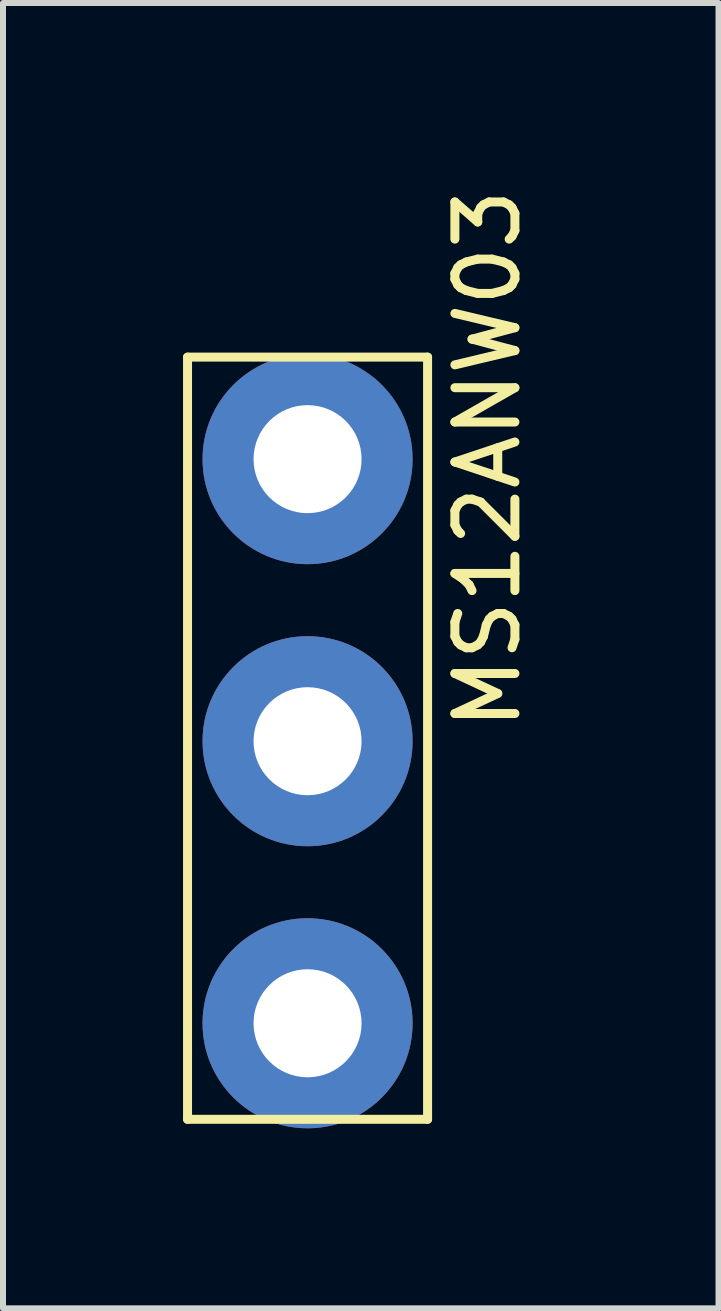
<source format=kicad_pcb>
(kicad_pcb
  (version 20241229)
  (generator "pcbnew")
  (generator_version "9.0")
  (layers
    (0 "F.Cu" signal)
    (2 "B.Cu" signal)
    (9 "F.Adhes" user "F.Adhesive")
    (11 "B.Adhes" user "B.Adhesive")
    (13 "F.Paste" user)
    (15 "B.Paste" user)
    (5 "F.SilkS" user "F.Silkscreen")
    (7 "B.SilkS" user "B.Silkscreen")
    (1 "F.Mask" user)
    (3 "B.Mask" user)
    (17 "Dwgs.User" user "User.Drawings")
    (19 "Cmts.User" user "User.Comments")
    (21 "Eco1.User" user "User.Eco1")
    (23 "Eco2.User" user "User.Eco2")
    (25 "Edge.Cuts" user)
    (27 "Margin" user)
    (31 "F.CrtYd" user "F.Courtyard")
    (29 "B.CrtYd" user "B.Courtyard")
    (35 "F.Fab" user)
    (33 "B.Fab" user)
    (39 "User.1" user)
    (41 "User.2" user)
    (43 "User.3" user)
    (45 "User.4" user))
  (footprint "MS12ANW03"
    (layer "F.Cu")
    (at 2.075 9.301)
    (property "Reference" "MS12ANW03" (at 3 -4.7 90) (layer "F.SilkS") (effects (font (size 1 1) (thickness 0.15))))
    (attr through_hole)
    (fp_line (start -2 -6.4) (end 2 -6.4) (stroke (width 0.15) (type solid)) (layer "F.SilkS"))
    (fp_line (start -2 6.3) (end -2 -6.4) (stroke (width 0.15) (type solid)) (layer "F.SilkS"))
    (fp_line (start 2 -6.4) (end 2 6.3) (stroke (width 0.15) (type solid)) (layer "F.SilkS"))
    (fp_line (start 2 6.3) (end -2 6.3) (stroke (width 0.15) (type solid)) (layer "F.SilkS"))
    (pad "1" thru_hole circle (at 0 4.7) (size 3.5 3.5) (drill 1.8) (layers "*.Cu" "*.Mask"))
    (pad "2" thru_hole circle (at 0 0) (size 3.5 3.5) (drill 1.8) (layers "*.Cu" "*.Mask"))
    (pad "3" thru_hole circle (at 0 -4.7) (size 3.5 3.5) (drill 1.8) (layers "*.Cu" "*.Mask")))
  (gr_rect
    (start -3 -3)
    (end 8.923 18.751)
    (stroke (width 0.1) (type default))
    (fill no)
    (layer "Edge.Cuts")))
</source>
